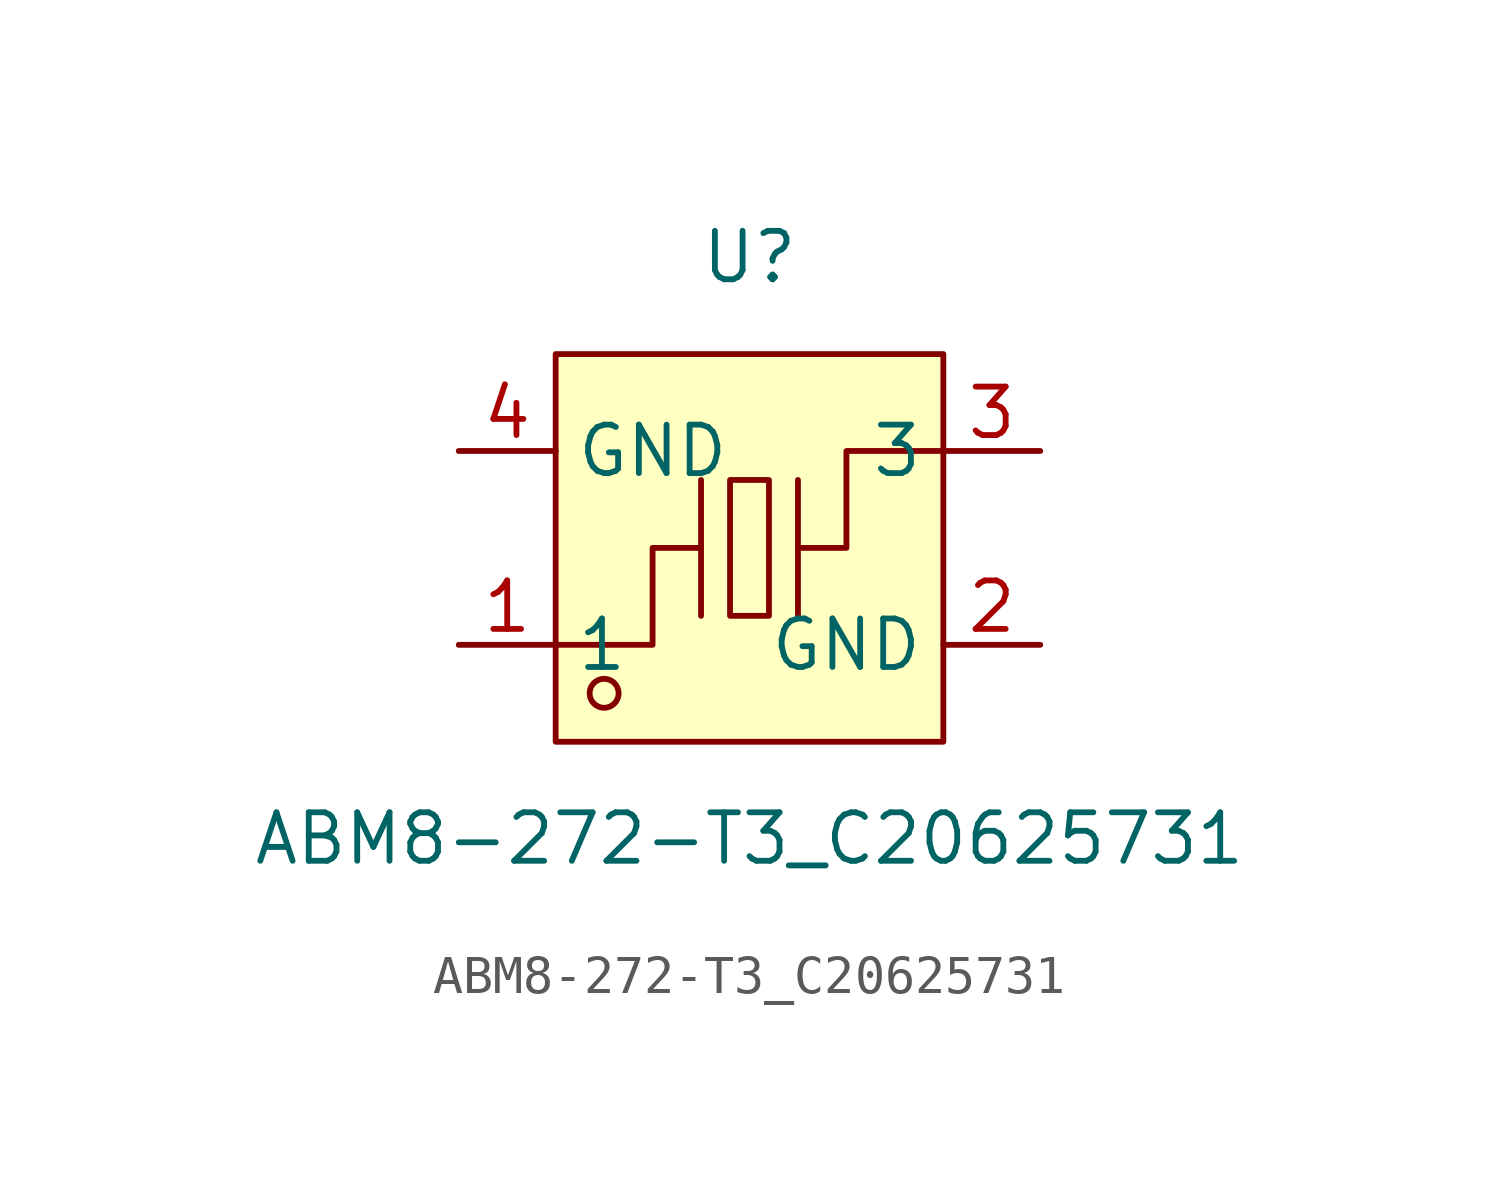
<source format=kicad_sym>
(kicad_symbol_lib
  (version 20211014)
  (generator https://github.com/uPesy/easyeda2kicad.py)
  (symbol "ABM8-272-T3_C20625731"
    (property "Reference" "U"
      (at 0 7.62 0)
      (effects (font (size 1.27 1.27))))
    (property "Value" "ABM8-272-T3_C20625731"
      (at 0 -7.62 0)
      (effects (font (size 1.27 1.27))))
    (symbol "ABM8-272-T3_C20625731_0_1"
      (rectangle (start -5.08 5.08) (end 5.08 -5.08) (stroke (width 0) (type default) (color 0 0 0 0)) (fill (type background)))
      (rectangle (start -0.51 1.78) (end 0.51 -1.78) (stroke (width 0) (type default) (color 0 0 0 0)) (fill (type background)))
      (circle (center -3.81 -3.81) (radius 0.38) (stroke (width 0) (type default) (color 0 0 0 0)) (fill (type none)))
      (polyline (pts (xy -1.27 -1.78) (xy -1.27 1.78)) (stroke (width 0) (type default) (color 0 0 0 0)) (fill (type none)))
      (polyline (pts (xy 1.27 -1.78) (xy 1.27 1.78)) (stroke (width 0) (type default) (color 0 0 0 0)) (fill (type none)))
      (polyline (pts (xy -5.08 -2.54) (xy -2.54 -2.54) (xy -2.54 -0.00) (xy -1.27 -0.00)) (stroke (width 0) (type default) (color 0 0 0 0)) (fill (type none)))
      (polyline (pts (xy 5.08 2.54) (xy 2.54 2.54) (xy 2.54 -0.00) (xy 1.27 -0.00)) (stroke (width 0) (type default) (color 0 0 0 0)) (fill (type none)))
      (pin input line (at -7.62 -2.54 0) (length 2.54) (name "1" (effects (font (size 1.27 1.27)))) (number "1" (effects (font (size 1.27 1.27)))))
      (pin input line (at 7.62 2.54 180) (length 2.54) (name "3" (effects (font (size 1.27 1.27)))) (number "3" (effects (font (size 1.27 1.27)))))
      (pin input line (at -7.62 2.54 0) (length 2.54) (name "GND" (effects (font (size 1.27 1.27)))) (number "4" (effects (font (size 1.27 1.27)))))
      (pin input line (at 7.62 -2.54 180) (length 2.54) (name "GND" (effects (font (size 1.27 1.27)))) (number "2" (effects (font (size 1.27 1.27))))))))
</source>
